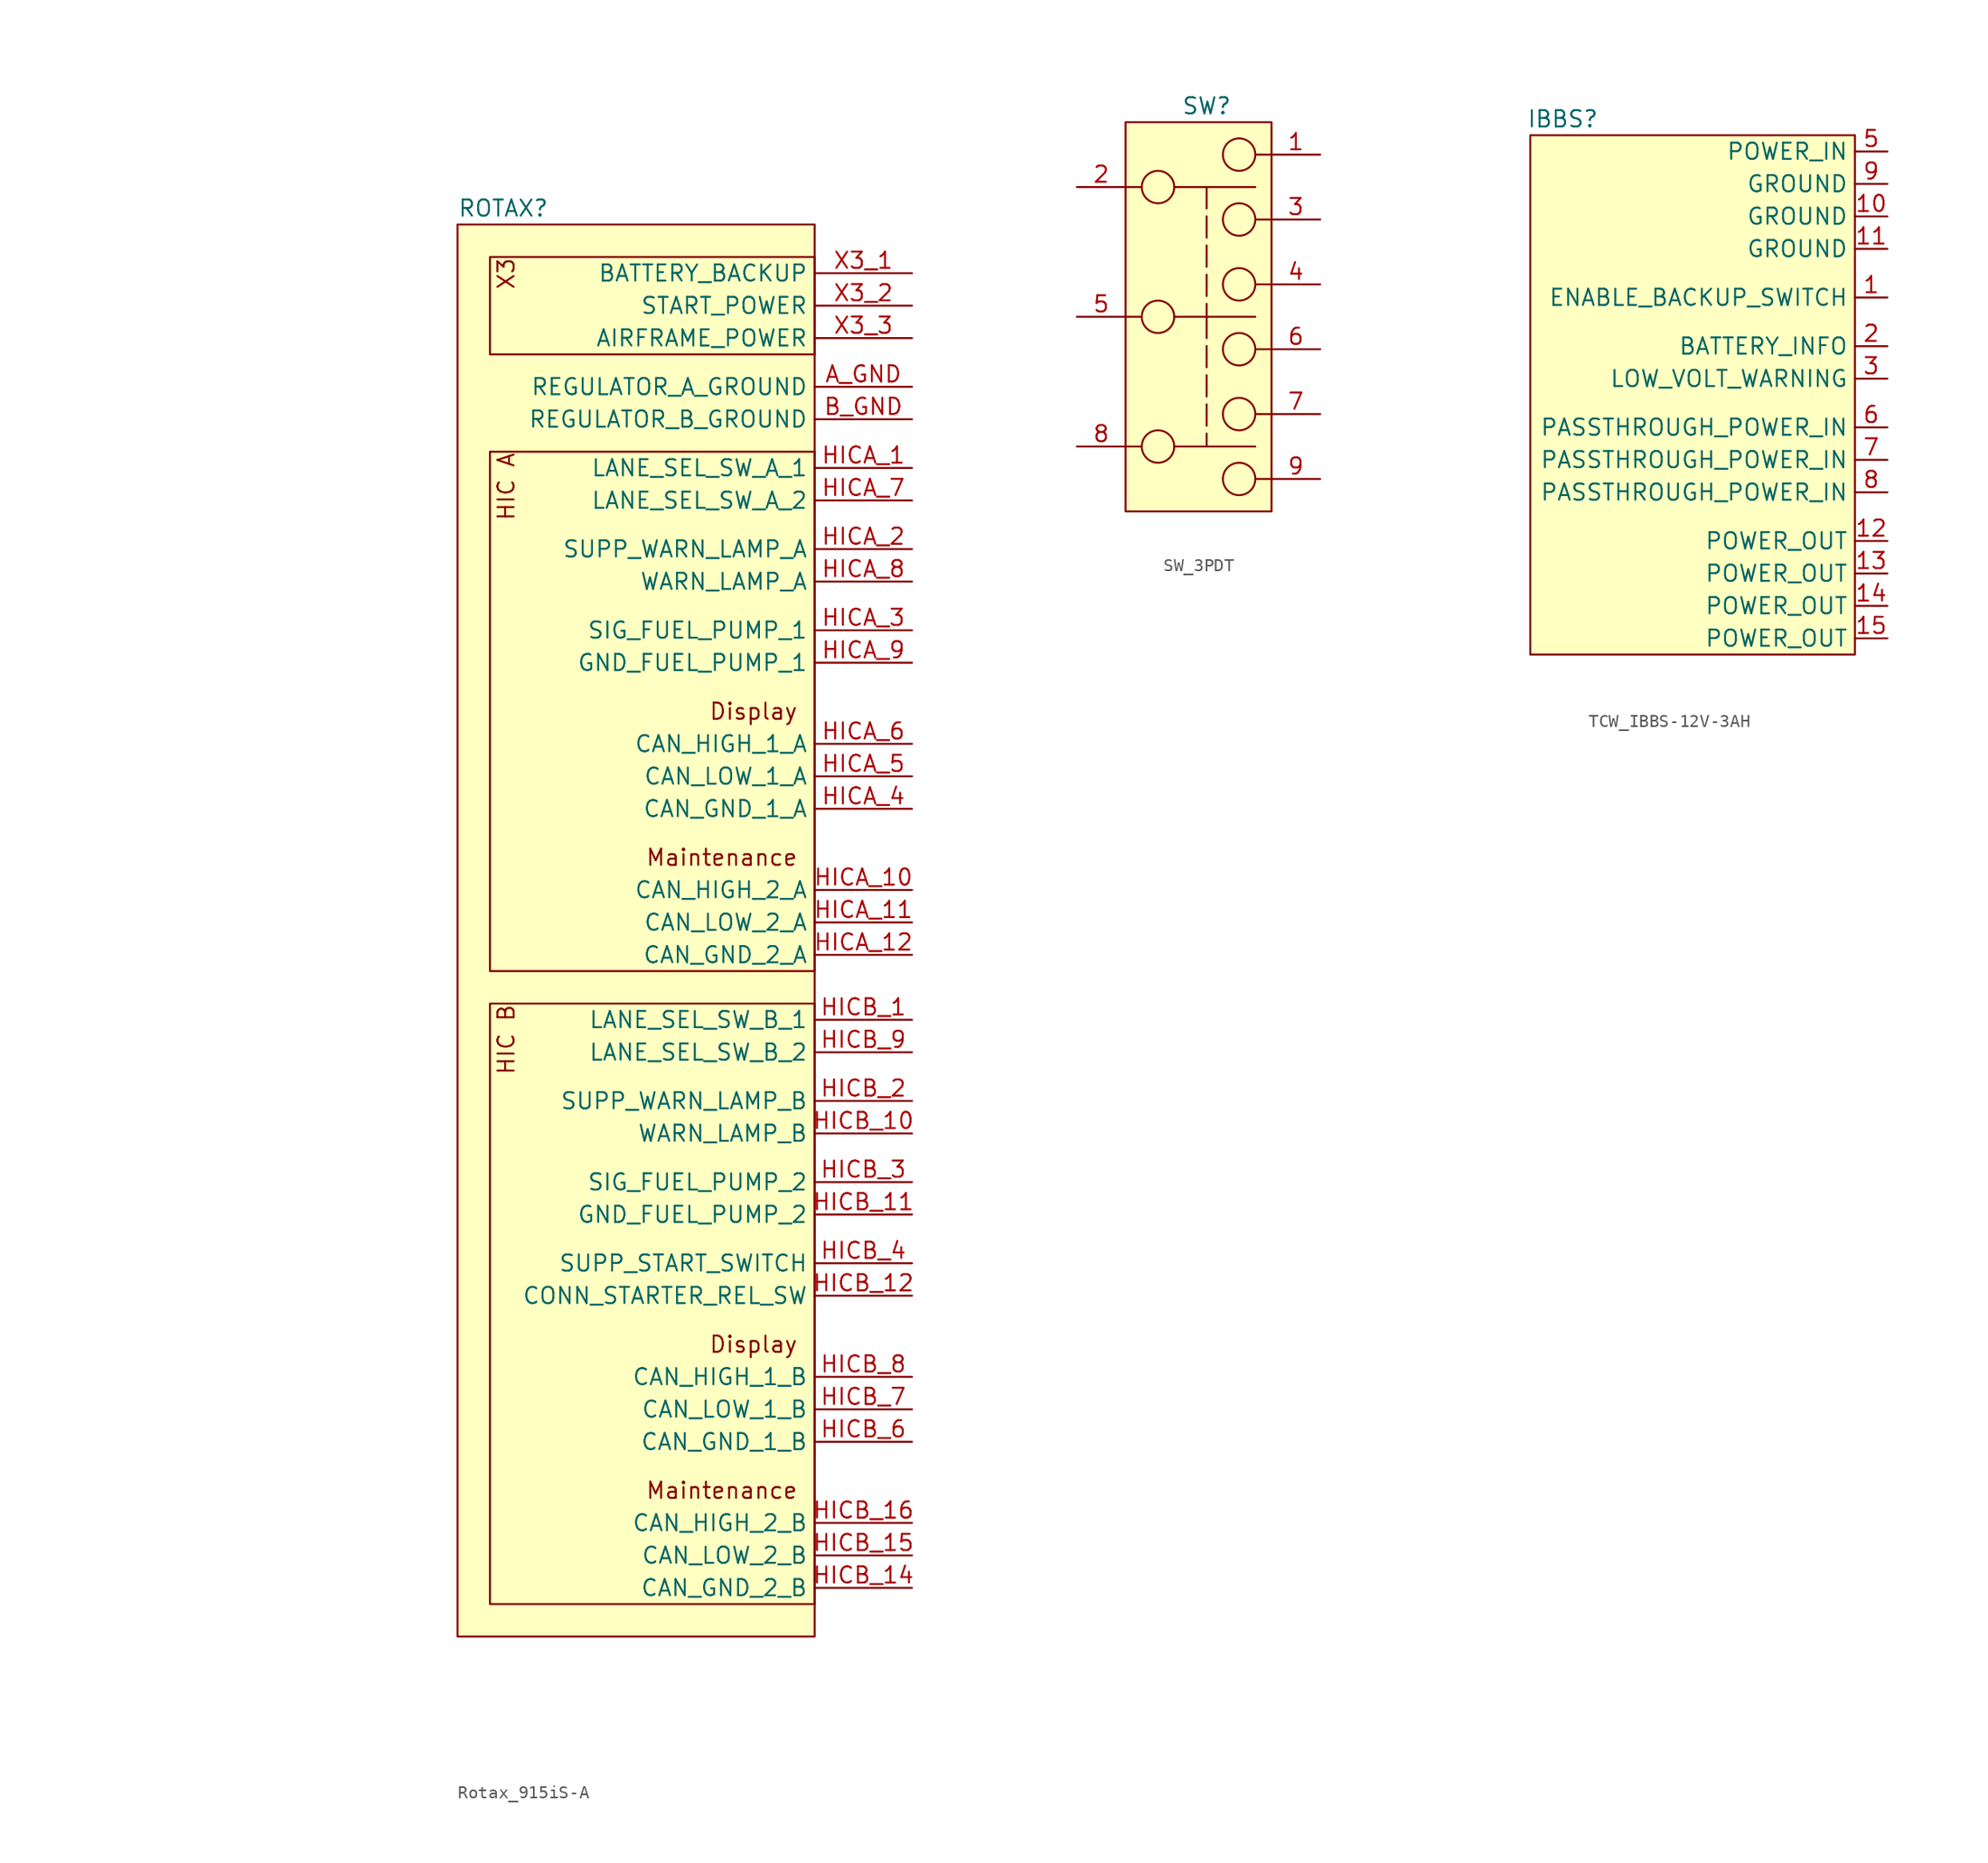
<source format=kicad_sym>
(kicad_symbol_lib
  (version 20220914)
  (generator kicad_symbol_editor)
  (symbol "Rotax_915iS-A"
    (property "Reference" "ROTAX"
      (at 0 1.27 0)
      (effects (font (size 1.27 1.27)) (justify left)))
    (property "Value" ""
      (at -25.4 1.27 0)
      (effects (font (size 1.27 1.27))))
    (symbol "Rotax_915iS-A_1_1"
      (rectangle (start 0 0) (end 27.94 -110.49) (stroke (width 0) (type default)) (fill (type background)))
      (rectangle (start 2.54 -60.96) (end 27.94 -107.95) (stroke (width 0) (type default)) (fill (type background)))
      (rectangle (start 2.54 -17.78) (end 27.94 -58.42) (stroke (width 0) (type default)) (fill (type background)))
      (rectangle (start 2.54 -2.54) (end 27.94 -10.16) (stroke (width 0) (type default)) (fill (type background)))
      (text "Display" (at 26.67 -87.63 0) (effects (font (size 1.27 1.27)) (justify right)))
      (text "Display" (at 26.67 -38.1 0) (effects (font (size 1.27 1.27)) (justify right)))
      (text "HIC A" (at 3.81 -17.78 900) (effects (font (size 1.27 1.27)) (justify right)))
      (text "HIC B" (at 3.81 -60.96 900) (effects (font (size 1.27 1.27)) (justify right)))
      (text "Maintenance" (at 26.67 -99.06 0) (effects (font (size 1.27 1.27)) (justify right)))
      (text "Maintenance" (at 26.67 -49.53 0) (effects (font (size 1.27 1.27)) (justify right)))
      (text "X3" (at 3.81 -2.54 900) (effects (font (size 1.27 1.27)) (justify right)))
      (pin passive line (at 35.56 -12.7 180) (length 7.62) (name "REGULATOR_A_GROUND" (effects (font (size 1.27 1.27)))) (number "A_GND" (effects (font (size 1.27 1.27)))))
      (pin passive line (at 35.56 -15.24 180) (length 7.62) (name "REGULATOR_B_GROUND" (effects (font (size 1.27 1.27)))) (number "B_GND" (effects (font (size 1.27 1.27)))))
      (pin output line (at 35.56 -19.05 180) (length 7.62) (name "LANE_SEL_SW_A_1" (effects (font (size 1.27 1.27)))) (number "HICA_1" (effects (font (size 1.27 1.27)))))
      (pin bidirectional line (at 35.56 -52.07 180) (length 7.62) (name "CAN_HIGH_2_A" (effects (font (size 1.27 1.27)))) (number "HICA_10" (effects (font (size 1.27 1.27)))))
      (pin bidirectional line (at 35.56 -54.61 180) (length 7.62) (name "CAN_LOW_2_A" (effects (font (size 1.27 1.27)))) (number "HICA_11" (effects (font (size 1.27 1.27)))))
      (pin passive line (at 35.56 -57.15 180) (length 7.62) (name "CAN_GND_2_A" (effects (font (size 1.27 1.27)))) (number "HICA_12" (effects (font (size 1.27 1.27)))))
      (pin output line (at 35.56 -25.4 180) (length 7.62) (name "SUPP_WARN_LAMP_A" (effects (font (size 1.27 1.27)))) (number "HICA_2" (effects (font (size 1.27 1.27)))))
      (pin output line (at 35.56 -31.75 180) (length 7.62) (name "SIG_FUEL_PUMP_1" (effects (font (size 1.27 1.27)))) (number "HICA_3" (effects (font (size 1.27 1.27)))))
      (pin passive line (at 35.56 -45.72 180) (length 7.62) (name "CAN_GND_1_A" (effects (font (size 1.27 1.27)))) (number "HICA_4" (effects (font (size 1.27 1.27)))))
      (pin bidirectional line (at 35.56 -43.18 180) (length 7.62) (name "CAN_LOW_1_A" (effects (font (size 1.27 1.27)))) (number "HICA_5" (effects (font (size 1.27 1.27)))))
      (pin bidirectional line (at 35.56 -40.64 180) (length 7.62) (name "CAN_HIGH_1_A" (effects (font (size 1.27 1.27)))) (number "HICA_6" (effects (font (size 1.27 1.27)))))
      (pin input line (at 35.56 -21.59 180) (length 7.62) (name "LANE_SEL_SW_A_2" (effects (font (size 1.27 1.27)))) (number "HICA_7" (effects (font (size 1.27 1.27)))))
      (pin input line (at 35.56 -27.94 180) (length 7.62) (name "WARN_LAMP_A" (effects (font (size 1.27 1.27)))) (number "HICA_8" (effects (font (size 1.27 1.27)))))
      (pin passive line (at 35.56 -34.29 180) (length 7.62) (name "GND_FUEL_PUMP_1" (effects (font (size 1.27 1.27)))) (number "HICA_9" (effects (font (size 1.27 1.27)))))
      (pin output line (at 35.56 -62.23 180) (length 7.62) (name "LANE_SEL_SW_B_1" (effects (font (size 1.27 1.27)))) (number "HICB_1" (effects (font (size 1.27 1.27)))))
      (pin input line (at 35.56 -71.12 180) (length 7.62) (name "WARN_LAMP_B" (effects (font (size 1.27 1.27)))) (number "HICB_10" (effects (font (size 1.27 1.27)))))
      (pin passive line (at 35.56 -77.47 180) (length 7.62) (name "GND_FUEL_PUMP_2" (effects (font (size 1.27 1.27)))) (number "HICB_11" (effects (font (size 1.27 1.27)))))
      (pin input line (at 35.56 -83.82 180) (length 7.62) (name "CONN_STARTER_REL_SW" (effects (font (size 1.27 1.27)))) (number "HICB_12" (effects (font (size 1.27 1.27)))))
      (pin passive line (at 35.56 -106.68 180) (length 7.62) (name "CAN_GND_2_B" (effects (font (size 1.27 1.27)))) (number "HICB_14" (effects (font (size 1.27 1.27)))))
      (pin bidirectional line (at 35.56 -104.14 180) (length 7.62) (name "CAN_LOW_2_B" (effects (font (size 1.27 1.27)))) (number "HICB_15" (effects (font (size 1.27 1.27)))))
      (pin bidirectional line (at 35.56 -101.6 180) (length 7.62) (name "CAN_HIGH_2_B" (effects (font (size 1.27 1.27)))) (number "HICB_16" (effects (font (size 1.27 1.27)))))
      (pin output line (at 35.56 -68.58 180) (length 7.62) (name "SUPP_WARN_LAMP_B" (effects (font (size 1.27 1.27)))) (number "HICB_2" (effects (font (size 1.27 1.27)))))
      (pin output line (at 35.56 -74.93 180) (length 7.62) (name "SIG_FUEL_PUMP_2" (effects (font (size 1.27 1.27)))) (number "HICB_3" (effects (font (size 1.27 1.27)))))
      (pin output line (at 35.56 -81.28 180) (length 7.62) (name "SUPP_START_SWITCH" (effects (font (size 1.27 1.27)))) (number "HICB_4" (effects (font (size 1.27 1.27)))))
      (pin passive line (at 35.56 -95.25 180) (length 7.62) (name "CAN_GND_1_B" (effects (font (size 1.27 1.27)))) (number "HICB_6" (effects (font (size 1.27 1.27)))))
      (pin bidirectional line (at 35.56 -92.71 180) (length 7.62) (name "CAN_LOW_1_B" (effects (font (size 1.27 1.27)))) (number "HICB_7" (effects (font (size 1.27 1.27)))))
      (pin bidirectional line (at 35.56 -90.17 180) (length 7.62) (name "CAN_HIGH_1_B" (effects (font (size 1.27 1.27)))) (number "HICB_8" (effects (font (size 1.27 1.27)))))
      (pin input line (at 35.56 -64.77 180) (length 7.62) (name "LANE_SEL_SW_B_2" (effects (font (size 1.27 1.27)))) (number "HICB_9" (effects (font (size 1.27 1.27)))))
      (pin power_in line (at 35.56 -3.81 180) (length 7.62) (name "BATTERY_BACKUP" (effects (font (size 1.27 1.27)))) (number "X3_1" (effects (font (size 1.27 1.27)))))
      (pin power_in line (at 35.56 -6.35 180) (length 7.62) (name "START_POWER" (effects (font (size 1.27 1.27)))) (number "X3_2" (effects (font (size 1.27 1.27)))))
      (pin power_out line (at 35.56 -8.89 180) (length 7.62) (name "AIRFRAME_POWER" (effects (font (size 1.27 1.27)))) (number "X3_3" (effects (font (size 1.27 1.27)))))))
  (symbol "SW_3PDT"
    (property "Reference" "SW"
      (at 0 1.27 0)
      (effects (font (size 1.27 1.27))))
    (property "Value" ""
      (at -6.35 0 0)
      (effects (font (size 1.27 1.27))))
    (symbol "SW_3PDT_0_1"
      (circle (center -3.81 -25.4) (radius 1.27) (stroke (width 0) (type default)) (fill (type none)))
      (circle (center -3.81 -15.24) (radius 1.27) (stroke (width 0) (type default)) (fill (type none)))
      (circle (center -3.81 -5.08) (radius 1.27) (stroke (width 0) (type default)) (fill (type none)))
      (polyline (pts (xy -6.35 -25.4) (xy -5.08 -25.4)) (stroke (width 0) (type default)) (fill (type none)))
      (polyline (pts (xy -6.35 -15.24) (xy -5.08 -15.24)) (stroke (width 0) (type default)) (fill (type none)))
      (polyline (pts (xy -6.35 -5.08) (xy -5.08 -5.08)) (stroke (width 0) (type default)) (fill (type none)))
      (polyline (pts (xy -2.54 -25.4) (xy 3.81 -25.4)) (stroke (width 0) (type default)) (fill (type none)))
      (polyline (pts (xy -2.54 -15.24) (xy 3.81 -15.24)) (stroke (width 0) (type default)) (fill (type none)))
      (polyline (pts (xy -2.54 -5.08) (xy 3.81 -5.08)) (stroke (width 0) (type default)) (fill (type none)))
      (polyline (pts (xy 5.08 -27.94) (xy 3.81 -27.94)) (stroke (width 0) (type default)) (fill (type none)))
      (polyline (pts (xy 5.08 -22.86) (xy 3.81 -22.86)) (stroke (width 0) (type default)) (fill (type none)))
      (polyline (pts (xy 5.08 -17.78) (xy 3.81 -17.78)) (stroke (width 0) (type default)) (fill (type none)))
      (polyline (pts (xy 5.08 -12.7) (xy 3.81 -12.7)) (stroke (width 0) (type default)) (fill (type none)))
      (polyline (pts (xy 5.08 -7.62) (xy 3.81 -7.62)) (stroke (width 0) (type default)) (fill (type none)))
      (polyline (pts (xy 5.08 -2.54) (xy 3.81 -2.54)) (stroke (width 0) (type default)) (fill (type none)))
      (circle (center 2.54 -27.94) (radius 1.27) (stroke (width 0) (type default)) (fill (type none)))
      (circle (center 2.54 -22.86) (radius 1.27) (stroke (width 0) (type default)) (fill (type none)))
      (circle (center 2.54 -17.78) (radius 1.27) (stroke (width 0) (type default)) (fill (type none)))
      (circle (center 2.54 -12.7) (radius 1.27) (stroke (width 0) (type default)) (fill (type none)))
      (circle (center 2.54 -7.62) (radius 1.27) (stroke (width 0) (type default)) (fill (type none)))
      (circle (center 2.54 -2.54) (radius 1.27) (stroke (width 0) (type default)) (fill (type none))))
    (symbol "SW_3PDT_1_1"
      (rectangle (start -6.35 0) (end 5.08 -30.48) (stroke (width 0) (type default)) (fill (type background)))
      (polyline (pts (xy 0 -15.24) (xy 0 -25.4)) (stroke (width 0) (type dash)) (fill (type none)))
      (polyline (pts (xy 0 -5.08) (xy 0 -15.24)) (stroke (width 0) (type dash)) (fill (type none)))
      (pin passive line (at 8.89 -2.54 180) (length 3.81) (name "" (effects (font (size 1.27 1.27)))) (number "1" (effects (font (size 1.27 1.27)))))
      (pin passive line (at -10.16 -5.08 0) (length 3.81) (name "" (effects (font (size 1.27 1.27)))) (number "2" (effects (font (size 1.27 1.27)))))
      (pin passive line (at 8.89 -7.62 180) (length 3.81) (name "" (effects (font (size 1.27 1.27)))) (number "3" (effects (font (size 1.27 1.27)))))
      (pin passive line (at 8.89 -12.7 180) (length 3.81) (name "" (effects (font (size 1.27 1.27)))) (number "4" (effects (font (size 1.27 1.27)))))
      (pin passive line (at -10.16 -15.24 0) (length 3.81) (name "" (effects (font (size 1.27 1.27)))) (number "5" (effects (font (size 1.27 1.27)))))
      (pin passive line (at 8.89 -17.78 180) (length 3.81) (name "" (effects (font (size 1.27 1.27)))) (number "6" (effects (font (size 1.27 1.27)))))
      (pin passive line (at 8.89 -22.86 180) (length 3.81) (name "" (effects (font (size 1.27 1.27)))) (number "7" (effects (font (size 1.27 1.27)))))
      (pin passive line (at -10.16 -25.4 0) (length 3.81) (name "" (effects (font (size 1.27 1.27)))) (number "8" (effects (font (size 1.27 1.27)))))
      (pin passive line (at 8.89 -27.94 180) (length 3.81) (name "" (effects (font (size 1.27 1.27)))) (number "9" (effects (font (size 1.27 1.27)))))))
  (symbol "TCW_IBBS-12V-3AH"
    (property "Reference" "IBBS"
      (at 2.54 1.27 0)
      (effects (font (size 1.27 1.27))))
    (property "Value" ""
      (at -6.35 0 0)
      (effects (font (size 1.27 1.27))))
    (symbol "TCW_IBBS-12V-3AH_1_1"
      (rectangle (start 0 0) (end 25.4 -40.64) (stroke (width 0) (type default)) (fill (type background)))
      (pin bidirectional line (at 27.94 -12.7 180) (length 2.54) (name "ENABLE_BACKUP_SWITCH" (effects (font (size 1.27 1.27)))) (number "1" (effects (font (size 1.27 1.27)))))
      (pin bidirectional line (at 27.94 -6.35 180) (length 2.54) (name "GROUND" (effects (font (size 1.27 1.27)))) (number "10" (effects (font (size 1.27 1.27)))))
      (pin bidirectional line (at 27.94 -8.89 180) (length 2.54) (name "GROUND" (effects (font (size 1.27 1.27)))) (number "11" (effects (font (size 1.27 1.27)))))
      (pin power_out line (at 27.94 -31.75 180) (length 2.54) (name "POWER_OUT" (effects (font (size 1.27 1.27)))) (number "12" (effects (font (size 1.27 1.27)))))
      (pin power_out line (at 27.94 -34.29 180) (length 2.54) (name "POWER_OUT" (effects (font (size 1.27 1.27)))) (number "13" (effects (font (size 1.27 1.27)))))
      (pin power_out line (at 27.94 -36.83 180) (length 2.54) (name "POWER_OUT" (effects (font (size 1.27 1.27)))) (number "14" (effects (font (size 1.27 1.27)))))
      (pin power_out line (at 27.94 -39.37 180) (length 2.54) (name "POWER_OUT" (effects (font (size 1.27 1.27)))) (number "15" (effects (font (size 1.27 1.27)))))
      (pin output line (at 27.94 -16.51 180) (length 2.54) (name "BATTERY_INFO" (effects (font (size 1.27 1.27)))) (number "2" (effects (font (size 1.27 1.27)))))
      (pin bidirectional line (at 27.94 -19.05 180) (length 2.54) (name "LOW_VOLT_WARNING" (effects (font (size 1.27 1.27)))) (number "3" (effects (font (size 1.27 1.27)))))
      (pin power_in line (at 27.94 -1.27 180) (length 2.54) (name "POWER_IN" (effects (font (size 1.27 1.27)))) (number "5" (effects (font (size 1.27 1.27)))))
      (pin power_in line (at 27.94 -22.86 180) (length 2.54) (name "PASSTHROUGH_POWER_IN" (effects (font (size 1.27 1.27)))) (number "6" (effects (font (size 1.27 1.27)))))
      (pin power_in line (at 27.94 -25.4 180) (length 2.54) (name "PASSTHROUGH_POWER_IN" (effects (font (size 1.27 1.27)))) (number "7" (effects (font (size 1.27 1.27)))))
      (pin power_in line (at 27.94 -27.94 180) (length 2.54) (name "PASSTHROUGH_POWER_IN" (effects (font (size 1.27 1.27)))) (number "8" (effects (font (size 1.27 1.27)))))
      (pin bidirectional line (at 27.94 -3.81 180) (length 2.54) (name "GROUND" (effects (font (size 1.27 1.27)))) (number "9" (effects (font (size 1.27 1.27))))))))
</source>
